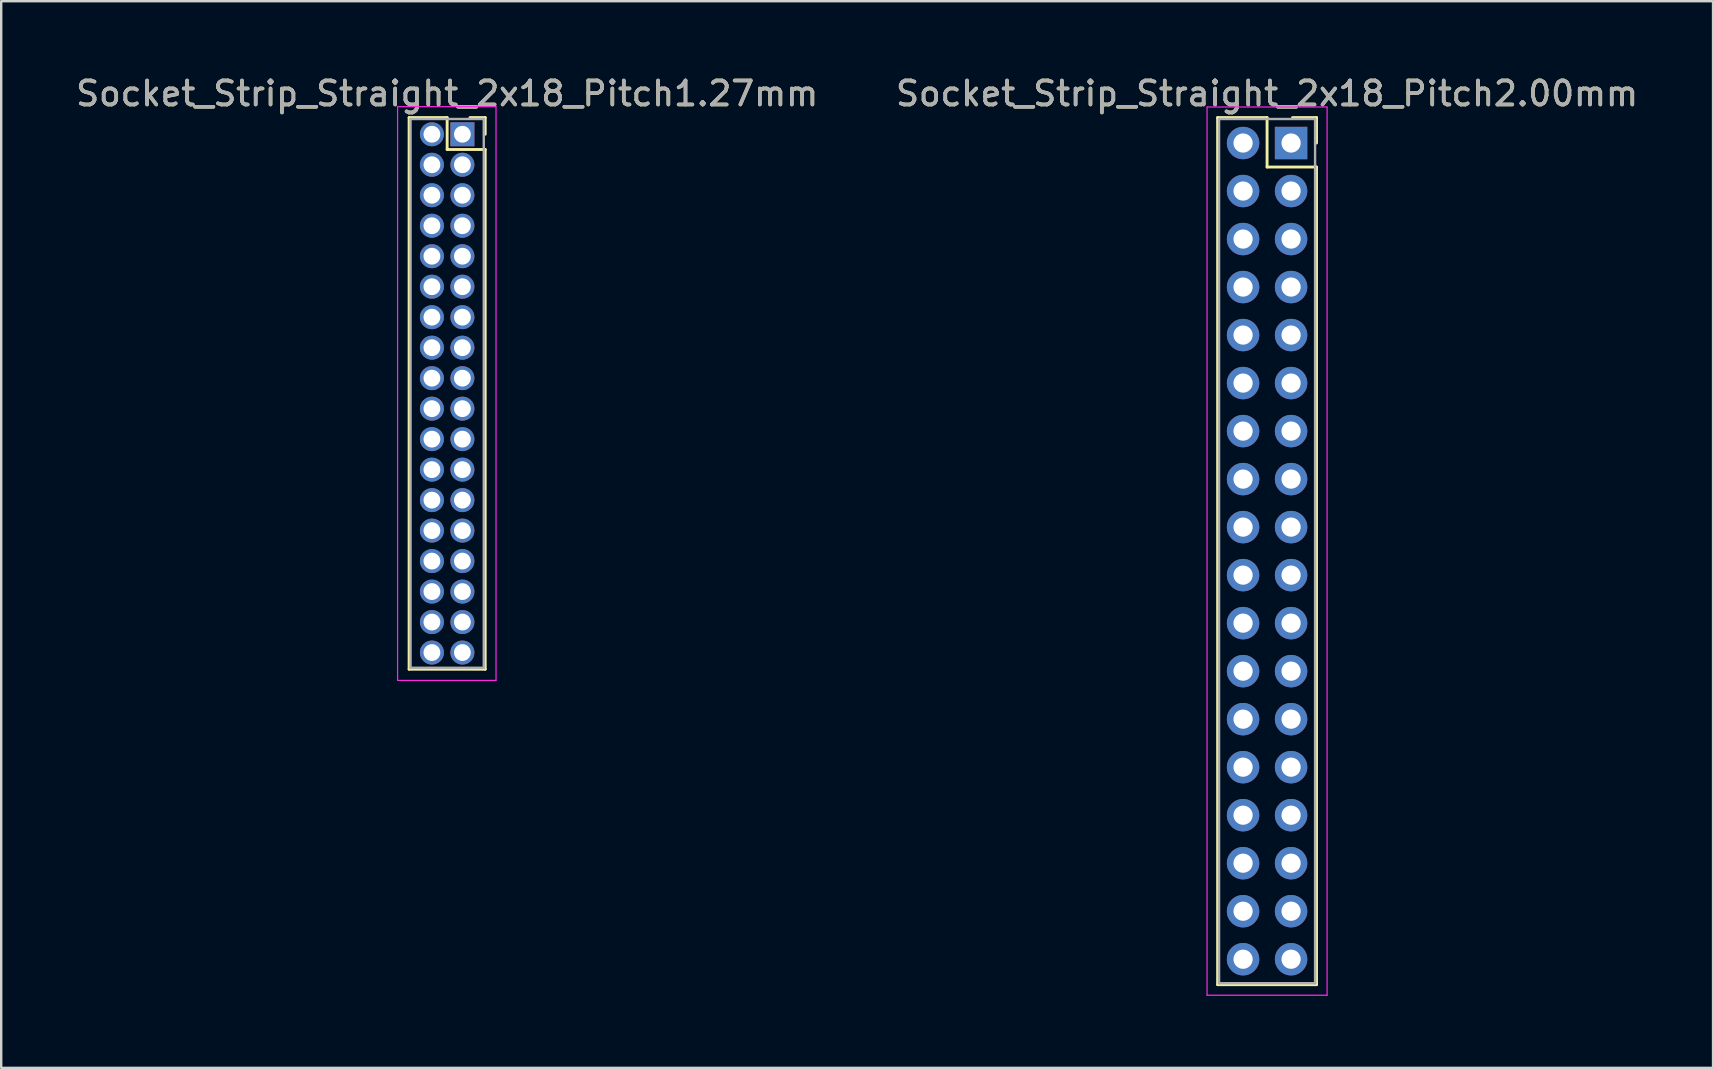
<source format=kicad_pcb>
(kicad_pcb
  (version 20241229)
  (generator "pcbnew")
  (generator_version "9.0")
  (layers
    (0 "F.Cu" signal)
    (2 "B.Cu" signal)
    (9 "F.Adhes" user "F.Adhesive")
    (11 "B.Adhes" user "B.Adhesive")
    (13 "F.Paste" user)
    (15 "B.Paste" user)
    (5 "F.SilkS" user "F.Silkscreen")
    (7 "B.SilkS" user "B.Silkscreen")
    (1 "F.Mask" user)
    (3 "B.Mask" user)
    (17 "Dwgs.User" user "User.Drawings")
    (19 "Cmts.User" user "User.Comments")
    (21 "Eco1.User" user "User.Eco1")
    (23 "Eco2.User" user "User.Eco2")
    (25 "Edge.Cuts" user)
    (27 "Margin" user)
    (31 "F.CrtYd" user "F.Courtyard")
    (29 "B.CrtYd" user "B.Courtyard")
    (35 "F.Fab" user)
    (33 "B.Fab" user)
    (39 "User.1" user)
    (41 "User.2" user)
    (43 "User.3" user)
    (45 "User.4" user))
  (footprint "Socket_Strip_Straight_2x18_Pitch2.00mm"
    (layer "F.Cu")
    (at 50.732 2.908)
    (property "Reference" "Socket_Strip_Straight_2x18_Pitch2.00mm" (at -1 -2.06 0) (layer "F.SilkS") (effects (font (size 1 1) (thickness 0.15))))
    (attr through_hole)
    (fp_line (start -3.06 -1.06) (end -1 -1.06) (stroke (width 0.12) (type solid)) (layer "F.SilkS"))
    (fp_line (start -3.06 35.06) (end -3.06 -1.06) (stroke (width 0.12) (type solid)) (layer "F.SilkS"))
    (fp_line (start -1 -1.06) (end -1 1) (stroke (width 0.12) (type solid)) (layer "F.SilkS"))
    (fp_line (start -1 1) (end 1.06 1) (stroke (width 0.12) (type solid)) (layer "F.SilkS"))
    (fp_line (start 1.06 -1.06) (end 0.06 -1.06) (stroke (width 0.12) (type solid)) (layer "F.SilkS"))
    (fp_line (start 1.06 0) (end 1.06 -1.06) (stroke (width 0.12) (type solid)) (layer "F.SilkS"))
    (fp_line (start 1.06 1) (end 1.06 35.06) (stroke (width 0.12) (type solid)) (layer "F.SilkS"))
    (fp_line (start 1.06 35.06) (end -3.06 35.06) (stroke (width 0.12) (type solid)) (layer "F.SilkS"))
    (fp_line (start -3.5 -1.5) (end -3.5 35.5) (stroke (width 0.05) (type solid)) (layer "F.CrtYd"))
    (fp_line (start -3.5 35.5) (end 1.5 35.5) (stroke (width 0.05) (type solid)) (layer "F.CrtYd"))
    (fp_line (start 1.5 -1.5) (end -3.5 -1.5) (stroke (width 0.05) (type solid)) (layer "F.CrtYd"))
    (fp_line (start 1.5 35.5) (end 1.5 -1.5) (stroke (width 0.05) (type solid)) (layer "F.CrtYd"))
    (fp_line (start -3 -1) (end -3 35) (stroke (width 0.1) (type solid)) (layer "F.Fab"))
    (fp_line (start -3 35) (end 1 35) (stroke (width 0.1) (type solid)) (layer "F.Fab"))
    (fp_line (start 1 -1) (end -3 -1) (stroke (width 0.1) (type solid)) (layer "F.Fab"))
    (fp_line (start 1 35) (end 1 -1) (stroke (width 0.1) (type solid)) (layer "F.Fab"))
    (fp_text user "${REFERENCE}" (at -1 -2.06 0) (layer "F.Fab") (effects (font (size 1 1) (thickness 0.15))))
    (pad "1" thru_hole rect (at 0 0) (size 1.35 1.35) (drill 0.8) (layers "*.Cu" "*.Mask"))
    (pad "2" thru_hole oval (at -2 0) (size 1.35 1.35) (drill 0.8) (layers "*.Cu" "*.Mask"))
    (pad "3" thru_hole oval (at 0 2) (size 1.35 1.35) (drill 0.8) (layers "*.Cu" "*.Mask"))
    (pad "4" thru_hole oval (at -2 2) (size 1.35 1.35) (drill 0.8) (layers "*.Cu" "*.Mask"))
    (pad "5" thru_hole oval (at 0 4) (size 1.35 1.35) (drill 0.8) (layers "*.Cu" "*.Mask"))
    (pad "6" thru_hole oval (at -2 4) (size 1.35 1.35) (drill 0.8) (layers "*.Cu" "*.Mask"))
    (pad "7" thru_hole oval (at 0 6) (size 1.35 1.35) (drill 0.8) (layers "*.Cu" "*.Mask"))
    (pad "8" thru_hole oval (at -2 6) (size 1.35 1.35) (drill 0.8) (layers "*.Cu" "*.Mask"))
    (pad "9" thru_hole oval (at 0 8) (size 1.35 1.35) (drill 0.8) (layers "*.Cu" "*.Mask"))
    (pad "10" thru_hole oval (at -2 8) (size 1.35 1.35) (drill 0.8) (layers "*.Cu" "*.Mask"))
    (pad "11" thru_hole oval (at 0 10) (size 1.35 1.35) (drill 0.8) (layers "*.Cu" "*.Mask"))
    (pad "12" thru_hole oval (at -2 10) (size 1.35 1.35) (drill 0.8) (layers "*.Cu" "*.Mask"))
    (pad "13" thru_hole oval (at 0 12) (size 1.35 1.35) (drill 0.8) (layers "*.Cu" "*.Mask"))
    (pad "14" thru_hole oval (at -2 12) (size 1.35 1.35) (drill 0.8) (layers "*.Cu" "*.Mask"))
    (pad "15" thru_hole oval (at 0 14) (size 1.35 1.35) (drill 0.8) (layers "*.Cu" "*.Mask"))
    (pad "16" thru_hole oval (at -2 14) (size 1.35 1.35) (drill 0.8) (layers "*.Cu" "*.Mask"))
    (pad "17" thru_hole oval (at 0 16) (size 1.35 1.35) (drill 0.8) (layers "*.Cu" "*.Mask"))
    (pad "18" thru_hole oval (at -2 16) (size 1.35 1.35) (drill 0.8) (layers "*.Cu" "*.Mask"))
    (pad "19" thru_hole oval (at 0 18) (size 1.35 1.35) (drill 0.8) (layers "*.Cu" "*.Mask"))
    (pad "20" thru_hole oval (at -2 18) (size 1.35 1.35) (drill 0.8) (layers "*.Cu" "*.Mask"))
    (pad "21" thru_hole oval (at 0 20) (size 1.35 1.35) (drill 0.8) (layers "*.Cu" "*.Mask"))
    (pad "22" thru_hole oval (at -2 20) (size 1.35 1.35) (drill 0.8) (layers "*.Cu" "*.Mask"))
    (pad "23" thru_hole oval (at 0 22) (size 1.35 1.35) (drill 0.8) (layers "*.Cu" "*.Mask"))
    (pad "24" thru_hole oval (at -2 22) (size 1.35 1.35) (drill 0.8) (layers "*.Cu" "*.Mask"))
    (pad "25" thru_hole oval (at 0 24) (size 1.35 1.35) (drill 0.8) (layers "*.Cu" "*.Mask"))
    (pad "26" thru_hole oval (at -2 24) (size 1.35 1.35) (drill 0.8) (layers "*.Cu" "*.Mask"))
    (pad "27" thru_hole oval (at 0 26) (size 1.35 1.35) (drill 0.8) (layers "*.Cu" "*.Mask"))
    (pad "28" thru_hole oval (at -2 26) (size 1.35 1.35) (drill 0.8) (layers "*.Cu" "*.Mask"))
    (pad "29" thru_hole oval (at 0 28) (size 1.35 1.35) (drill 0.8) (layers "*.Cu" "*.Mask"))
    (pad "30" thru_hole oval (at -2 28) (size 1.35 1.35) (drill 0.8) (layers "*.Cu" "*.Mask"))
    (pad "31" thru_hole oval (at 0 30) (size 1.35 1.35) (drill 0.8) (layers "*.Cu" "*.Mask"))
    (pad "32" thru_hole oval (at -2 30) (size 1.35 1.35) (drill 0.8) (layers "*.Cu" "*.Mask"))
    (pad "33" thru_hole oval (at 0 32) (size 1.35 1.35) (drill 0.8) (layers "*.Cu" "*.Mask"))
    (pad "34" thru_hole oval (at -2 32) (size 1.35 1.35) (drill 0.8) (layers "*.Cu" "*.Mask"))
    (pad "35" thru_hole oval (at 0 34) (size 1.35 1.35) (drill 0.8) (layers "*.Cu" "*.Mask"))
    (pad "36" thru_hole oval (at -2 34) (size 1.35 1.35) (drill 0.8) (layers "*.Cu" "*.Mask")))
  (footprint "Socket_Strip_Straight_2x18_Pitch1.27mm"
    (layer "F.Cu")
    (at 16.212 2.543)
    (property "Reference" "Socket_Strip_Straight_2x18_Pitch1.27mm" (at -0.635 -1.695 0) (layer "F.SilkS") (effects (font (size 1 1) (thickness 0.15))))
    (attr through_hole)
    (fp_line (start -2.22 -0.695) (end -0.635 -0.695) (stroke (width 0.12) (type solid)) (layer "F.SilkS"))
    (fp_line (start -2.22 22.285) (end -2.22 -0.695) (stroke (width 0.12) (type solid)) (layer "F.SilkS"))
    (fp_line (start -0.635 -0.695) (end -0.635 0.635) (stroke (width 0.12) (type solid)) (layer "F.SilkS"))
    (fp_line (start -0.635 0.635) (end 0.95 0.635) (stroke (width 0.12) (type solid)) (layer "F.SilkS"))
    (fp_line (start 0.95 -0.695) (end 0.315 -0.695) (stroke (width 0.12) (type solid)) (layer "F.SilkS"))
    (fp_line (start 0.95 0) (end 0.95 -0.695) (stroke (width 0.12) (type solid)) (layer "F.SilkS"))
    (fp_line (start 0.95 0.635) (end 0.95 22.285) (stroke (width 0.12) (type solid)) (layer "F.SilkS"))
    (fp_line (start 0.95 22.285) (end -2.22 22.285) (stroke (width 0.12) (type solid)) (layer "F.SilkS"))
    (fp_line (start -2.7 -1.15) (end -2.7 22.75) (stroke (width 0.05) (type solid)) (layer "F.CrtYd"))
    (fp_line (start -2.7 22.75) (end 1.4 22.75) (stroke (width 0.05) (type solid)) (layer "F.CrtYd"))
    (fp_line (start 1.4 -1.15) (end -2.7 -1.15) (stroke (width 0.05) (type solid)) (layer "F.CrtYd"))
    (fp_line (start 1.4 22.75) (end 1.4 -1.15) (stroke (width 0.05) (type solid)) (layer "F.CrtYd"))
    (fp_line (start -2.16 -0.635) (end -2.16 22.225) (stroke (width 0.1) (type solid)) (layer "F.Fab"))
    (fp_line (start -2.16 22.225) (end 0.89 22.225) (stroke (width 0.1) (type solid)) (layer "F.Fab"))
    (fp_line (start 0.89 -0.635) (end -2.16 -0.635) (stroke (width 0.1) (type solid)) (layer "F.Fab"))
    (fp_line (start 0.89 22.225) (end 0.89 -0.635) (stroke (width 0.1) (type solid)) (layer "F.Fab"))
    (fp_text user "${REFERENCE}" (at -0.635 -1.695 0) (layer "F.Fab") (effects (font (size 1 1) (thickness 0.15))))
    (pad "1" thru_hole rect (at 0 0) (size 1 1) (drill 0.7) (layers "*.Cu" "*.Mask"))
    (pad "2" thru_hole oval (at -1.27 0) (size 1 1) (drill 0.7) (layers "*.Cu" "*.Mask"))
    (pad "3" thru_hole oval (at 0 1.27) (size 1 1) (drill 0.7) (layers "*.Cu" "*.Mask"))
    (pad "4" thru_hole oval (at -1.27 1.27) (size 1 1) (drill 0.7) (layers "*.Cu" "*.Mask"))
    (pad "5" thru_hole oval (at 0 2.54) (size 1 1) (drill 0.7) (layers "*.Cu" "*.Mask"))
    (pad "6" thru_hole oval (at -1.27 2.54) (size 1 1) (drill 0.7) (layers "*.Cu" "*.Mask"))
    (pad "7" thru_hole oval (at 0 3.81) (size 1 1) (drill 0.7) (layers "*.Cu" "*.Mask"))
    (pad "8" thru_hole oval (at -1.27 3.81) (size 1 1) (drill 0.7) (layers "*.Cu" "*.Mask"))
    (pad "9" thru_hole oval (at 0 5.08) (size 1 1) (drill 0.7) (layers "*.Cu" "*.Mask"))
    (pad "10" thru_hole oval (at -1.27 5.08) (size 1 1) (drill 0.7) (layers "*.Cu" "*.Mask"))
    (pad "11" thru_hole oval (at 0 6.35) (size 1 1) (drill 0.7) (layers "*.Cu" "*.Mask"))
    (pad "12" thru_hole oval (at -1.27 6.35) (size 1 1) (drill 0.7) (layers "*.Cu" "*.Mask"))
    (pad "13" thru_hole oval (at 0 7.62) (size 1 1) (drill 0.7) (layers "*.Cu" "*.Mask"))
    (pad "14" thru_hole oval (at -1.27 7.62) (size 1 1) (drill 0.7) (layers "*.Cu" "*.Mask"))
    (pad "15" thru_hole oval (at 0 8.89) (size 1 1) (drill 0.7) (layers "*.Cu" "*.Mask"))
    (pad "16" thru_hole oval (at -1.27 8.89) (size 1 1) (drill 0.7) (layers "*.Cu" "*.Mask"))
    (pad "17" thru_hole oval (at 0 10.16) (size 1 1) (drill 0.7) (layers "*.Cu" "*.Mask"))
    (pad "18" thru_hole oval (at -1.27 10.16) (size 1 1) (drill 0.7) (layers "*.Cu" "*.Mask"))
    (pad "19" thru_hole oval (at 0 11.43) (size 1 1) (drill 0.7) (layers "*.Cu" "*.Mask"))
    (pad "20" thru_hole oval (at -1.27 11.43) (size 1 1) (drill 0.7) (layers "*.Cu" "*.Mask"))
    (pad "21" thru_hole oval (at 0 12.7) (size 1 1) (drill 0.7) (layers "*.Cu" "*.Mask"))
    (pad "22" thru_hole oval (at -1.27 12.7) (size 1 1) (drill 0.7) (layers "*.Cu" "*.Mask"))
    (pad "23" thru_hole oval (at 0 13.97) (size 1 1) (drill 0.7) (layers "*.Cu" "*.Mask"))
    (pad "24" thru_hole oval (at -1.27 13.97) (size 1 1) (drill 0.7) (layers "*.Cu" "*.Mask"))
    (pad "25" thru_hole oval (at 0 15.24) (size 1 1) (drill 0.7) (layers "*.Cu" "*.Mask"))
    (pad "26" thru_hole oval (at -1.27 15.24) (size 1 1) (drill 0.7) (layers "*.Cu" "*.Mask"))
    (pad "27" thru_hole oval (at 0 16.51) (size 1 1) (drill 0.7) (layers "*.Cu" "*.Mask"))
    (pad "28" thru_hole oval (at -1.27 16.51) (size 1 1) (drill 0.7) (layers "*.Cu" "*.Mask"))
    (pad "29" thru_hole oval (at 0 17.78) (size 1 1) (drill 0.7) (layers "*.Cu" "*.Mask"))
    (pad "30" thru_hole oval (at -1.27 17.78) (size 1 1) (drill 0.7) (layers "*.Cu" "*.Mask"))
    (pad "31" thru_hole oval (at 0 19.05) (size 1 1) (drill 0.7) (layers "*.Cu" "*.Mask"))
    (pad "32" thru_hole oval (at -1.27 19.05) (size 1 1) (drill 0.7) (layers "*.Cu" "*.Mask"))
    (pad "33" thru_hole oval (at 0 20.32) (size 1 1) (drill 0.7) (layers "*.Cu" "*.Mask"))
    (pad "34" thru_hole oval (at -1.27 20.32) (size 1 1) (drill 0.7) (layers "*.Cu" "*.Mask"))
    (pad "35" thru_hole oval (at 0 21.59) (size 1 1) (drill 0.7) (layers "*.Cu" "*.Mask"))
    (pad "36" thru_hole oval (at -1.27 21.59) (size 1 1) (drill 0.7) (layers "*.Cu" "*.Mask")))
  (gr_rect
    (start -3 -3)
    (end 68.31 41.433)
    (stroke (width 0.1) (type default))
    (fill no)
    (layer "Edge.Cuts")))
</source>
